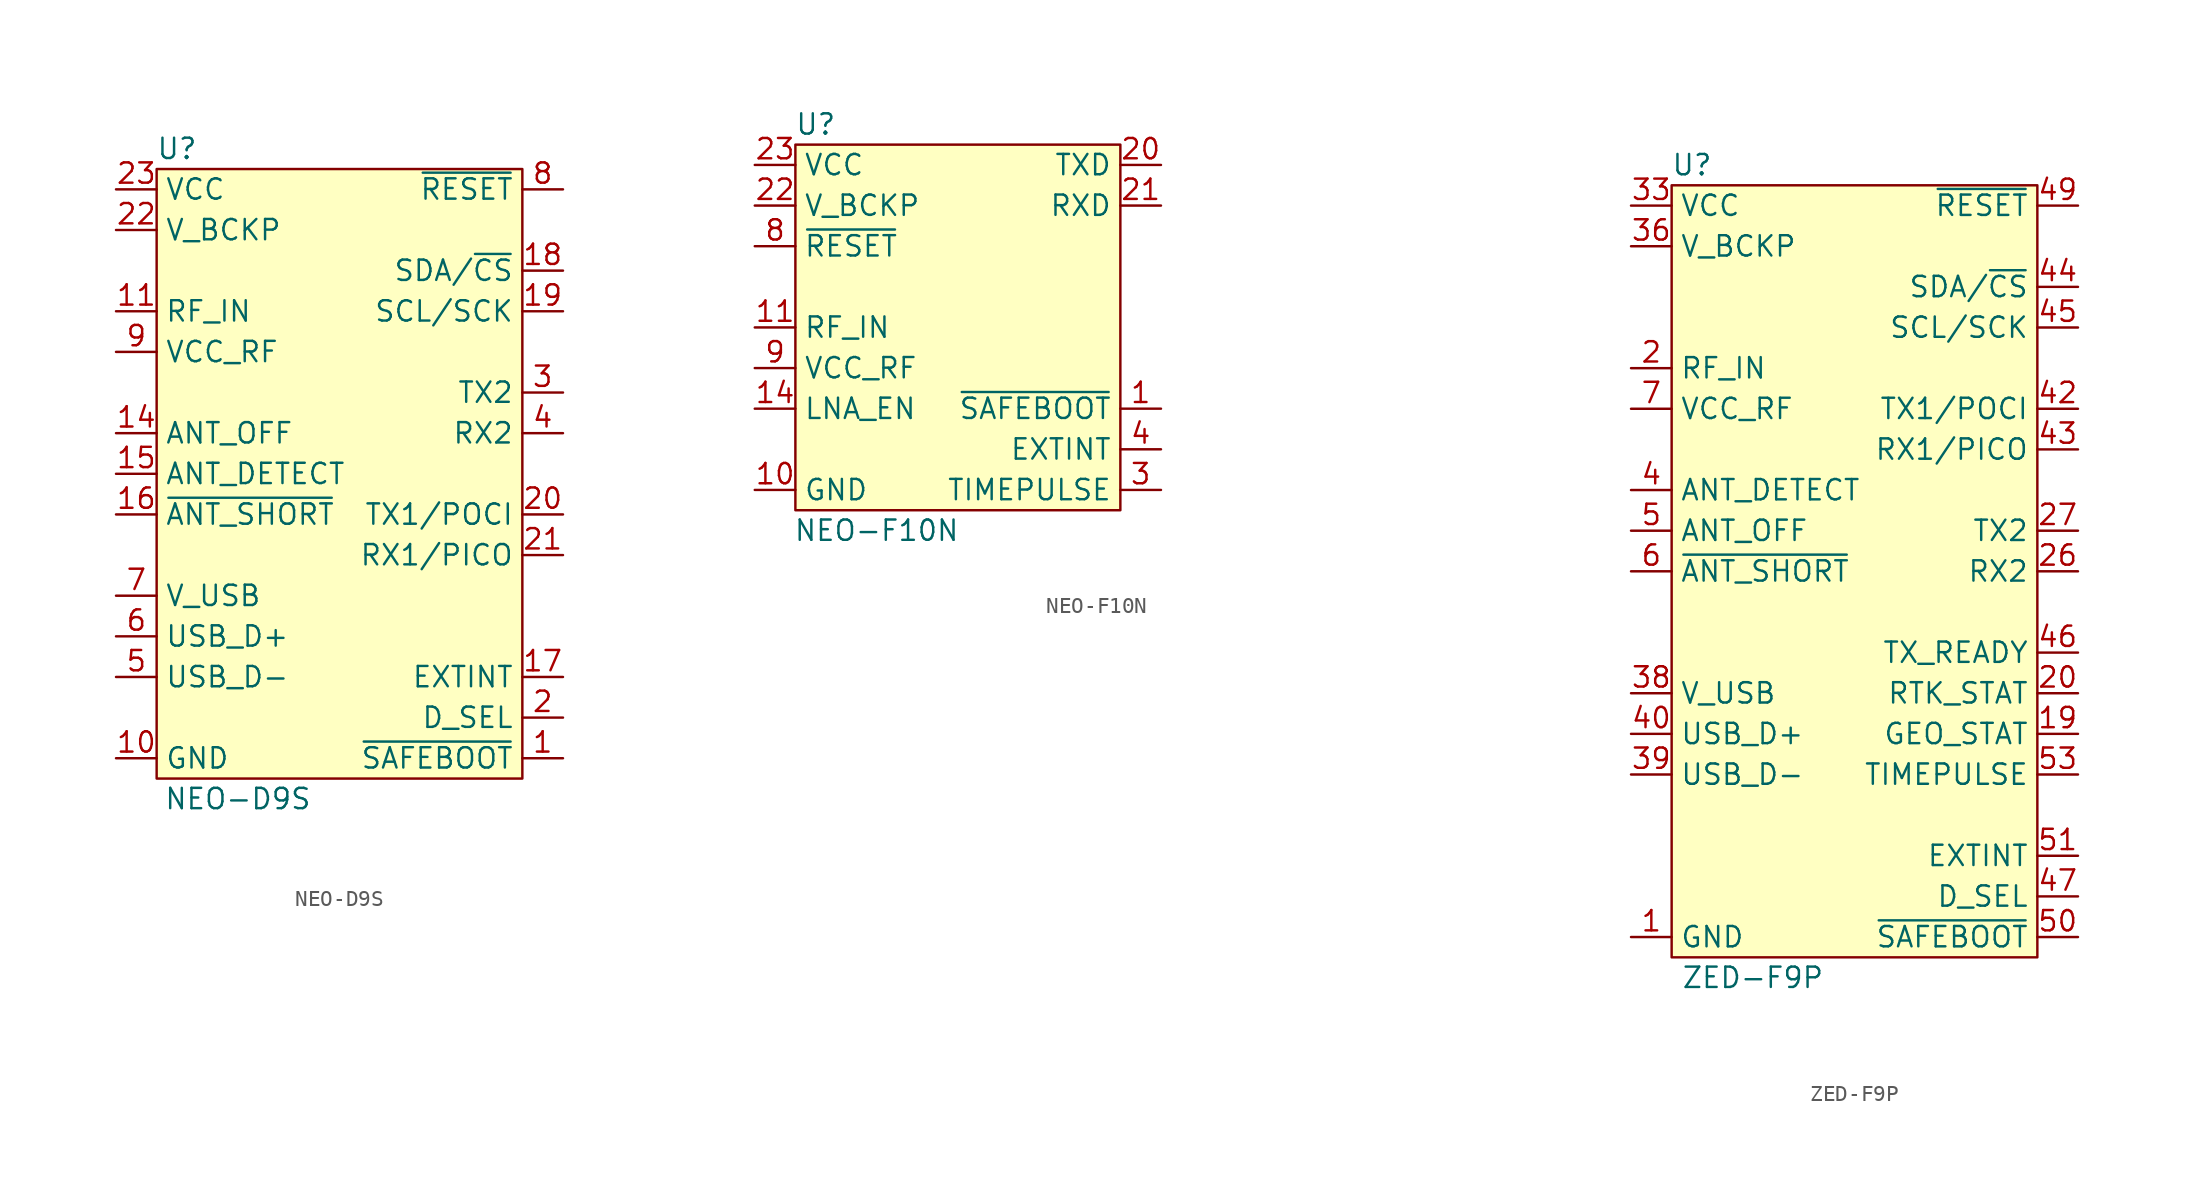
<source format=kicad_sym>
(kicad_symbol_lib
  (version 20231120)
  (generator "kicad_symbol_editor")
  (generator_version "8.0")
  (symbol "NEO-D9S"
    (property "Reference" "U"
      (at -10.16 20.32 0)
      (effects (font (size 1.27 1.27))))
    (property "Value" "NEO-D9S"
      (at -6.35 -20.32 0)
      (effects (font (size 1.27 1.27))))
    (symbol "NEO-D9S_1_0"
      (pin input line (at 13.97 -17.78 180) (length 2.54) (name "~{SAFEBOOT}" (effects (font (size 1.27 1.27)))) (number "1" (effects (font (size 1.27 1.27)))))
      (pin input line (at 13.97 -12.7 180) (length 2.54) (name "EXTINT" (effects (font (size 1.27 1.27)))) (number "17" (effects (font (size 1.27 1.27)))))
      (pin input line (at 13.97 -15.24 180) (length 2.54) (name "D_SEL" (effects (font (size 1.27 1.27)))) (number "2" (effects (font (size 1.27 1.27))))))
    (symbol "NEO-D9S_1_1"
      (rectangle (start -11.43 19.05) (end 11.43 -19.05) (stroke (width 0) (type default)) (fill (type background)))
      (pin power_in line (at -13.97 -17.78 0) (length 2.54) (name "GND" (effects (font (size 1.27 1.27)))) (number "10" (effects (font (size 1.27 1.27)))) (alternate "PowerPins" input line))
      (pin input line (at -13.97 10.16 0) (length 2.54) (name "RF_IN" (effects (font (size 1.27 1.27)))) (number "11" (effects (font (size 1.27 1.27)))))
      (pin power_in line (at -13.97 -17.78 0) (length 2.54) hide (name "GND" (effects (font (size 1.27 1.27)))) (number "12" (effects (font (size 1.27 1.27)))))
      (pin power_in line (at -13.97 -17.78 0) (length 2.54) hide (name "GND" (effects (font (size 1.27 1.27)))) (number "13" (effects (font (size 1.27 1.27)))))
      (pin output line (at -13.97 2.54 0) (length 2.54) (name "ANT_OFF" (effects (font (size 1.27 1.27)))) (number "14" (effects (font (size 1.27 1.27)))))
      (pin input line (at -13.97 0 0) (length 2.54) (name "ANT_DETECT" (effects (font (size 1.27 1.27)))) (number "15" (effects (font (size 1.27 1.27)))))
      (pin output line (at -13.97 -2.54 0) (length 2.54) (name "~{ANT_SHORT}" (effects (font (size 1.27 1.27)))) (number "16" (effects (font (size 1.27 1.27)))))
      (pin bidirectional line (at 13.97 12.7 180) (length 2.54) (name "SDA/~{CS}" (effects (font (size 1.27 1.27)))) (number "18" (effects (font (size 1.27 1.27)))))
      (pin bidirectional line (at 13.97 10.16 180) (length 2.54) (name "SCL/SCK" (effects (font (size 1.27 1.27)))) (number "19" (effects (font (size 1.27 1.27)))))
      (pin output line (at 13.97 -2.54 180) (length 2.54) (name "TX1/POCI" (effects (font (size 1.27 1.27)))) (number "20" (effects (font (size 1.27 1.27)))))
      (pin input line (at 13.97 -5.08 180) (length 2.54) (name "RX1/PICO" (effects (font (size 1.27 1.27)))) (number "21" (effects (font (size 1.27 1.27)))))
      (pin power_in line (at -13.97 15.24 0) (length 2.54) (name "V_BCKP" (effects (font (size 1.27 1.27)))) (number "22" (effects (font (size 1.27 1.27)))))
      (pin power_in line (at -13.97 17.78 0) (length 2.54) (name "VCC" (effects (font (size 1.27 1.27)))) (number "23" (effects (font (size 1.27 1.27)))))
      (pin power_in line (at -13.97 -17.78 0) (length 2.54) hide (name "GND" (effects (font (size 1.27 1.27)))) (number "24" (effects (font (size 1.27 1.27)))))
      (pin output line (at 13.97 5.08 180) (length 2.54) (name "TX2" (effects (font (size 1.27 1.27)))) (number "3" (effects (font (size 1.27 1.27)))))
      (pin input line (at 13.97 2.54 180) (length 2.54) (name "RX2" (effects (font (size 1.27 1.27)))) (number "4" (effects (font (size 1.27 1.27)))))
      (pin bidirectional line (at -13.97 -12.7 0) (length 2.54) (name "USB_D-" (effects (font (size 1.27 1.27)))) (number "5" (effects (font (size 1.27 1.27)))))
      (pin bidirectional line (at -13.97 -10.16 0) (length 2.54) (name "USB_D+" (effects (font (size 1.27 1.27)))) (number "6" (effects (font (size 1.27 1.27)))))
      (pin power_in line (at -13.97 -7.62 0) (length 2.54) (name "V_USB" (effects (font (size 1.27 1.27)))) (number "7" (effects (font (size 1.27 1.27)))))
      (pin input line (at 13.97 17.78 180) (length 2.54) (name "~{RESET}" (effects (font (size 1.27 1.27)))) (number "8" (effects (font (size 1.27 1.27)))))
      (pin power_out line (at -13.97 7.62 0) (length 2.54) (name "VCC_RF" (effects (font (size 1.27 1.27)))) (number "9" (effects (font (size 1.27 1.27)))))))
  (symbol "NEO-F10N"
    (property "Reference" "U"
      (at -8.89 12.7 0)
      (effects (font (size 1.27 1.27))))
    (property "Value" "NEO-F10N"
      (at -5.08 -12.7 0)
      (effects (font (size 1.27 1.27))))
    (symbol "NEO-F10N_1_0"
      (pin input line (at 12.7 -5.08 180) (length 2.54) (name "~{SAFEBOOT}" (effects (font (size 1.27 1.27)))) (number "1" (effects (font (size 1.27 1.27)))))
      (pin no_connect line (at 30.48 0 180) (length 2.54) hide (name "RESERVED" (effects (font (size 1.27 1.27)))) (number "15" (effects (font (size 1.27 1.27)))))
      (pin no_connect line (at 30.48 -2.54 180) (length 2.54) hide (name "RESERVED" (effects (font (size 1.27 1.27)))) (number "16" (effects (font (size 1.27 1.27)))))
      (pin no_connect line (at 30.48 -5.08 180) (length 2.54) hide (name "RESERVED" (effects (font (size 1.27 1.27)))) (number "17" (effects (font (size 1.27 1.27)))))
      (pin no_connect line (at 30.48 -7.62 180) (length 2.54) hide (name "RESERVED" (effects (font (size 1.27 1.27)))) (number "18" (effects (font (size 1.27 1.27)))))
      (pin no_connect line (at 30.48 -10.16 180) (length 2.54) hide (name "RESERVED" (effects (font (size 1.27 1.27)))) (number "19" (effects (font (size 1.27 1.27)))))
      (pin input line (at 12.7 -7.62 180) (length 2.54) (name "EXTINT" (effects (font (size 1.27 1.27)))) (number "4" (effects (font (size 1.27 1.27)))))
      (pin no_connect line (at 30.48 7.62 180) (length 2.54) hide (name "RESERVED" (effects (font (size 1.27 1.27)))) (number "5" (effects (font (size 1.27 1.27)))))
      (pin no_connect line (at 30.48 5.08 180) (length 2.54) hide (name "RESERVED" (effects (font (size 1.27 1.27)))) (number "6" (effects (font (size 1.27 1.27)))))
      (pin no_connect line (at 30.48 2.54 180) (length 2.54) hide (name "RESERVED" (effects (font (size 1.27 1.27)))) (number "7" (effects (font (size 1.27 1.27))))))
    (symbol "NEO-F10N_1_1"
      (rectangle (start -10.16 11.43) (end 10.16 -11.43) (stroke (width 0) (type default)) (fill (type background)))
      (pin power_in line (at -12.7 -10.16 0) (length 2.54) (name "GND" (effects (font (size 1.27 1.27)))) (number "10" (effects (font (size 1.27 1.27)))) (alternate "PowerPins" input line))
      (pin input line (at -12.7 0 0) (length 2.54) (name "RF_IN" (effects (font (size 1.27 1.27)))) (number "11" (effects (font (size 1.27 1.27)))))
      (pin power_in line (at -12.7 -10.16 0) (length 2.54) hide (name "GND" (effects (font (size 1.27 1.27)))) (number "12" (effects (font (size 1.27 1.27)))))
      (pin power_in line (at -12.7 -10.16 0) (length 2.54) hide (name "GND" (effects (font (size 1.27 1.27)))) (number "13" (effects (font (size 1.27 1.27)))))
      (pin output line (at -12.7 -5.08 0) (length 2.54) (name "LNA_EN" (effects (font (size 1.27 1.27)))) (number "14" (effects (font (size 1.27 1.27)))))
      (pin no_connect line (at 30.48 10.16 180) (length 2.54) hide (name "RESERVED" (effects (font (size 1.27 1.27)))) (number "2" (effects (font (size 1.27 1.27)))))
      (pin output line (at 12.7 10.16 180) (length 2.54) (name "TXD" (effects (font (size 1.27 1.27)))) (number "20" (effects (font (size 1.27 1.27)))))
      (pin input line (at 12.7 7.62 180) (length 2.54) (name "RXD" (effects (font (size 1.27 1.27)))) (number "21" (effects (font (size 1.27 1.27)))))
      (pin power_in line (at -12.7 7.62 0) (length 2.54) (name "V_BCKP" (effects (font (size 1.27 1.27)))) (number "22" (effects (font (size 1.27 1.27)))))
      (pin power_in line (at -12.7 10.16 0) (length 2.54) (name "VCC" (effects (font (size 1.27 1.27)))) (number "23" (effects (font (size 1.27 1.27)))))
      (pin power_in line (at -12.7 -10.16 0) (length 2.54) hide (name "GND" (effects (font (size 1.27 1.27)))) (number "24" (effects (font (size 1.27 1.27)))))
      (pin output line (at 12.7 -10.16 180) (length 2.54) (name "TIMEPULSE" (effects (font (size 1.27 1.27)))) (number "3" (effects (font (size 1.27 1.27)))))
      (pin input line (at -12.7 5.08 0) (length 2.54) (name "~{RESET}" (effects (font (size 1.27 1.27)))) (number "8" (effects (font (size 1.27 1.27)))))
      (pin power_out line (at -12.7 -2.54 0) (length 2.54) (name "VCC_RF" (effects (font (size 1.27 1.27)))) (number "9" (effects (font (size 1.27 1.27)))))))
  (symbol "ZED-F9P"
    (property "Reference" "U"
      (at -10.16 25.4 0)
      (effects (font (size 1.27 1.27))))
    (property "Value" "ZED-F9P"
      (at -6.35 -25.4 0)
      (effects (font (size 1.27 1.27))))
    (symbol "ZED-F9P_1_0"
      (pin power_in line (at -13.97 -22.86 0) (length 2.54) (name "GND" (effects (font (size 1.27 1.27)))) (number "1" (effects (font (size 1.27 1.27)))))
      (pin power_in line (at -13.97 -22.86 0) (length 2.54) hide (name "GND" (effects (font (size 1.27 1.27)))) (number "100" (effects (font (size 1.27 1.27)))))
      (pin power_in line (at -13.97 -22.86 0) (length 2.54) hide (name "GND" (effects (font (size 1.27 1.27)))) (number "101" (effects (font (size 1.27 1.27)))))
      (pin power_in line (at -13.97 -22.86 0) (length 2.54) hide (name "GND" (effects (font (size 1.27 1.27)))) (number "102" (effects (font (size 1.27 1.27)))))
      (pin power_in line (at -13.97 -22.86 0) (length 2.54) hide (name "GND" (effects (font (size 1.27 1.27)))) (number "12" (effects (font (size 1.27 1.27)))))
      (pin power_in line (at -13.97 -22.86 0) (length 2.54) hide (name "GND" (effects (font (size 1.27 1.27)))) (number "14" (effects (font (size 1.27 1.27)))))
      (pin power_in line (at -13.97 -22.86 0) (length 2.54) hide (name "GND" (effects (font (size 1.27 1.27)))) (number "3" (effects (font (size 1.27 1.27)))))
      (pin power_in line (at -13.97 -22.86 0) (length 2.54) hide (name "GND" (effects (font (size 1.27 1.27)))) (number "32" (effects (font (size 1.27 1.27)))))
      (pin power_in line (at -13.97 -22.86 0) (length 2.54) hide (name "GND" (effects (font (size 1.27 1.27)))) (number "37" (effects (font (size 1.27 1.27)))))
      (pin power_in line (at -13.97 -22.86 0) (length 2.54) hide (name "GND" (effects (font (size 1.27 1.27)))) (number "41" (effects (font (size 1.27 1.27)))))
      (pin input line (at 13.97 -20.32 180) (length 2.54) (name "D_SEL" (effects (font (size 1.27 1.27)))) (number "47" (effects (font (size 1.27 1.27)))))
      (pin power_in line (at -13.97 -22.86 0) (length 2.54) hide (name "GND" (effects (font (size 1.27 1.27)))) (number "48" (effects (font (size 1.27 1.27)))))
      (pin input line (at 13.97 -22.86 180) (length 2.54) (name "~{SAFEBOOT}" (effects (font (size 1.27 1.27)))) (number "50" (effects (font (size 1.27 1.27)))))
      (pin input line (at 13.97 -17.78 180) (length 2.54) (name "EXTINT" (effects (font (size 1.27 1.27)))) (number "51" (effects (font (size 1.27 1.27)))))
      (pin power_in line (at -13.97 -22.86 0) (length 2.54) hide (name "GND" (effects (font (size 1.27 1.27)))) (number "55" (effects (font (size 1.27 1.27)))))
      (pin power_in line (at -13.97 -22.86 0) (length 2.54) hide (name "GND" (effects (font (size 1.27 1.27)))) (number "56" (effects (font (size 1.27 1.27)))))
      (pin power_in line (at -13.97 -22.86 0) (length 2.54) hide (name "GND" (effects (font (size 1.27 1.27)))) (number "57" (effects (font (size 1.27 1.27)))))
      (pin power_in line (at -13.97 -22.86 0) (length 2.54) hide (name "GND" (effects (font (size 1.27 1.27)))) (number "58" (effects (font (size 1.27 1.27)))))
      (pin power_in line (at -13.97 -22.86 0) (length 2.54) hide (name "GND" (effects (font (size 1.27 1.27)))) (number "59" (effects (font (size 1.27 1.27)))))
      (pin power_in line (at -13.97 -22.86 0) (length 2.54) hide (name "GND" (effects (font (size 1.27 1.27)))) (number "60" (effects (font (size 1.27 1.27)))))
      (pin power_in line (at -13.97 -22.86 0) (length 2.54) hide (name "GND" (effects (font (size 1.27 1.27)))) (number "61" (effects (font (size 1.27 1.27)))))
      (pin power_in line (at -13.97 -22.86 0) (length 2.54) hide (name "GND" (effects (font (size 1.27 1.27)))) (number "62" (effects (font (size 1.27 1.27)))))
      (pin power_in line (at -13.97 -22.86 0) (length 2.54) hide (name "GND" (effects (font (size 1.27 1.27)))) (number "63" (effects (font (size 1.27 1.27)))))
      (pin power_in line (at -13.97 -22.86 0) (length 2.54) hide (name "GND" (effects (font (size 1.27 1.27)))) (number "64" (effects (font (size 1.27 1.27)))))
      (pin power_in line (at -13.97 -22.86 0) (length 2.54) hide (name "GND" (effects (font (size 1.27 1.27)))) (number "65" (effects (font (size 1.27 1.27)))))
      (pin power_in line (at -13.97 -22.86 0) (length 2.54) hide (name "GND" (effects (font (size 1.27 1.27)))) (number "66" (effects (font (size 1.27 1.27)))))
      (pin power_in line (at -13.97 -22.86 0) (length 2.54) hide (name "GND" (effects (font (size 1.27 1.27)))) (number "67" (effects (font (size 1.27 1.27)))))
      (pin power_in line (at -13.97 -22.86 0) (length 2.54) hide (name "GND" (effects (font (size 1.27 1.27)))) (number "68" (effects (font (size 1.27 1.27)))))
      (pin power_in line (at -13.97 -22.86 0) (length 2.54) hide (name "GND" (effects (font (size 1.27 1.27)))) (number "69" (effects (font (size 1.27 1.27)))))
      (pin power_in line (at -13.97 -22.86 0) (length 2.54) hide (name "GND" (effects (font (size 1.27 1.27)))) (number "70" (effects (font (size 1.27 1.27)))))
      (pin power_in line (at -13.97 -22.86 0) (length 2.54) hide (name "GND" (effects (font (size 1.27 1.27)))) (number "71" (effects (font (size 1.27 1.27)))))
      (pin power_in line (at -13.97 -22.86 0) (length 2.54) hide (name "GND" (effects (font (size 1.27 1.27)))) (number "72" (effects (font (size 1.27 1.27)))))
      (pin power_in line (at -13.97 -22.86 0) (length 2.54) hide (name "GND" (effects (font (size 1.27 1.27)))) (number "73" (effects (font (size 1.27 1.27)))))
      (pin power_in line (at -13.97 -22.86 0) (length 2.54) hide (name "GND" (effects (font (size 1.27 1.27)))) (number "74" (effects (font (size 1.27 1.27)))))
      (pin power_in line (at -13.97 -22.86 0) (length 2.54) hide (name "GND" (effects (font (size 1.27 1.27)))) (number "75" (effects (font (size 1.27 1.27)))))
      (pin power_in line (at -13.97 -22.86 0) (length 2.54) hide (name "GND" (effects (font (size 1.27 1.27)))) (number "76" (effects (font (size 1.27 1.27)))))
      (pin power_in line (at -13.97 -22.86 0) (length 2.54) hide (name "GND" (effects (font (size 1.27 1.27)))) (number "77" (effects (font (size 1.27 1.27)))))
      (pin power_in line (at -13.97 -22.86 0) (length 2.54) hide (name "GND" (effects (font (size 1.27 1.27)))) (number "78" (effects (font (size 1.27 1.27)))))
      (pin power_in line (at -13.97 -22.86 0) (length 2.54) hide (name "GND" (effects (font (size 1.27 1.27)))) (number "79" (effects (font (size 1.27 1.27)))))
      (pin power_in line (at -13.97 -22.86 0) (length 2.54) hide (name "GND" (effects (font (size 1.27 1.27)))) (number "80" (effects (font (size 1.27 1.27)))))
      (pin power_in line (at -13.97 -22.86 0) (length 2.54) hide (name "GND" (effects (font (size 1.27 1.27)))) (number "81" (effects (font (size 1.27 1.27)))))
      (pin power_in line (at -13.97 -22.86 0) (length 2.54) hide (name "GND" (effects (font (size 1.27 1.27)))) (number "82" (effects (font (size 1.27 1.27)))))
      (pin power_in line (at -13.97 -22.86 0) (length 2.54) hide (name "GND" (effects (font (size 1.27 1.27)))) (number "83" (effects (font (size 1.27 1.27)))))
      (pin power_in line (at -13.97 -22.86 0) (length 2.54) hide (name "GND" (effects (font (size 1.27 1.27)))) (number "84" (effects (font (size 1.27 1.27)))))
      (pin power_in line (at -13.97 -22.86 0) (length 2.54) hide (name "GND" (effects (font (size 1.27 1.27)))) (number "85" (effects (font (size 1.27 1.27)))))
      (pin power_in line (at -13.97 -22.86 0) (length 2.54) hide (name "GND" (effects (font (size 1.27 1.27)))) (number "86" (effects (font (size 1.27 1.27)))))
      (pin power_in line (at -13.97 -22.86 0) (length 2.54) hide (name "GND" (effects (font (size 1.27 1.27)))) (number "87" (effects (font (size 1.27 1.27)))))
      (pin power_in line (at -13.97 -22.86 0) (length 2.54) hide (name "GND" (effects (font (size 1.27 1.27)))) (number "88" (effects (font (size 1.27 1.27)))))
      (pin power_in line (at -13.97 -22.86 0) (length 2.54) hide (name "GND" (effects (font (size 1.27 1.27)))) (number "89" (effects (font (size 1.27 1.27)))))
      (pin power_in line (at -13.97 -22.86 0) (length 2.54) hide (name "GND" (effects (font (size 1.27 1.27)))) (number "90" (effects (font (size 1.27 1.27)))))
      (pin power_in line (at -13.97 -22.86 0) (length 2.54) hide (name "GND" (effects (font (size 1.27 1.27)))) (number "91" (effects (font (size 1.27 1.27)))))
      (pin power_in line (at -13.97 -22.86 0) (length 2.54) hide (name "GND" (effects (font (size 1.27 1.27)))) (number "92" (effects (font (size 1.27 1.27)))))
      (pin power_in line (at -13.97 -22.86 0) (length 2.54) hide (name "GND" (effects (font (size 1.27 1.27)))) (number "93" (effects (font (size 1.27 1.27)))))
      (pin power_in line (at -13.97 -22.86 0) (length 2.54) hide (name "GND" (effects (font (size 1.27 1.27)))) (number "94" (effects (font (size 1.27 1.27)))))
      (pin power_in line (at -13.97 -22.86 0) (length 2.54) hide (name "GND" (effects (font (size 1.27 1.27)))) (number "95" (effects (font (size 1.27 1.27)))))
      (pin power_in line (at -13.97 -22.86 0) (length 2.54) hide (name "GND" (effects (font (size 1.27 1.27)))) (number "96" (effects (font (size 1.27 1.27)))))
      (pin power_in line (at -13.97 -22.86 0) (length 2.54) hide (name "GND" (effects (font (size 1.27 1.27)))) (number "97" (effects (font (size 1.27 1.27)))))
      (pin power_in line (at -13.97 -22.86 0) (length 2.54) hide (name "GND" (effects (font (size 1.27 1.27)))) (number "98" (effects (font (size 1.27 1.27)))))
      (pin power_in line (at -13.97 -22.86 0) (length 2.54) hide (name "GND" (effects (font (size 1.27 1.27)))) (number "99" (effects (font (size 1.27 1.27))))))
    (symbol "ZED-F9P_1_1"
      (rectangle (start -11.43 24.13) (end 11.43 -24.13) (stroke (width 0) (type default)) (fill (type background)))
      (pin output line (at 13.97 -10.16 180) (length 2.54) (name "GEO_STAT" (effects (font (size 1.27 1.27)))) (number "19" (effects (font (size 1.27 1.27)))))
      (pin input line (at -13.97 12.7 0) (length 2.54) (name "RF_IN" (effects (font (size 1.27 1.27)))) (number "2" (effects (font (size 1.27 1.27)))))
      (pin output line (at 13.97 -7.62 180) (length 2.54) (name "RTK_STAT" (effects (font (size 1.27 1.27)))) (number "20" (effects (font (size 1.27 1.27)))))
      (pin input line (at 13.97 0 180) (length 2.54) (name "RX2" (effects (font (size 1.27 1.27)))) (number "26" (effects (font (size 1.27 1.27)))))
      (pin output line (at 13.97 2.54 180) (length 2.54) (name "TX2" (effects (font (size 1.27 1.27)))) (number "27" (effects (font (size 1.27 1.27)))))
      (pin power_in line (at -13.97 22.86 0) (length 2.54) (name "VCC" (effects (font (size 1.27 1.27)))) (number "33" (effects (font (size 1.27 1.27)))))
      (pin power_in line (at -13.97 22.86 0) (length 2.54) hide (name "VCC" (effects (font (size 1.27 1.27)))) (number "34" (effects (font (size 1.27 1.27)))))
      (pin power_in line (at -13.97 20.32 0) (length 2.54) (name "V_BCKP" (effects (font (size 1.27 1.27)))) (number "36" (effects (font (size 1.27 1.27)))))
      (pin power_in line (at -13.97 -7.62 0) (length 2.54) (name "V_USB" (effects (font (size 1.27 1.27)))) (number "38" (effects (font (size 1.27 1.27)))))
      (pin bidirectional line (at -13.97 -12.7 0) (length 2.54) (name "USB_D-" (effects (font (size 1.27 1.27)))) (number "39" (effects (font (size 1.27 1.27)))))
      (pin input line (at -13.97 5.08 0) (length 2.54) (name "ANT_DETECT" (effects (font (size 1.27 1.27)))) (number "4" (effects (font (size 1.27 1.27)))))
      (pin bidirectional line (at -13.97 -10.16 0) (length 2.54) (name "USB_D+" (effects (font (size 1.27 1.27)))) (number "40" (effects (font (size 1.27 1.27)))))
      (pin output line (at 13.97 10.16 180) (length 2.54) (name "TX1/POCI" (effects (font (size 1.27 1.27)))) (number "42" (effects (font (size 1.27 1.27)))))
      (pin input line (at 13.97 7.62 180) (length 2.54) (name "RX1/PICO" (effects (font (size 1.27 1.27)))) (number "43" (effects (font (size 1.27 1.27)))))
      (pin bidirectional line (at 13.97 17.78 180) (length 2.54) (name "SDA/~{CS}" (effects (font (size 1.27 1.27)))) (number "44" (effects (font (size 1.27 1.27)))))
      (pin bidirectional line (at 13.97 15.24 180) (length 2.54) (name "SCL/SCK" (effects (font (size 1.27 1.27)))) (number "45" (effects (font (size 1.27 1.27)))))
      (pin output line (at 13.97 -5.08 180) (length 2.54) (name "TX_READY" (effects (font (size 1.27 1.27)))) (number "46" (effects (font (size 1.27 1.27)))))
      (pin input line (at 13.97 22.86 180) (length 2.54) (name "~{RESET}" (effects (font (size 1.27 1.27)))) (number "49" (effects (font (size 1.27 1.27)))))
      (pin output line (at -13.97 2.54 0) (length 2.54) (name "ANT_OFF" (effects (font (size 1.27 1.27)))) (number "5" (effects (font (size 1.27 1.27)))))
      (pin output line (at 13.97 -12.7 180) (length 2.54) (name "TIMEPULSE" (effects (font (size 1.27 1.27)))) (number "53" (effects (font (size 1.27 1.27)))))
      (pin output line (at -13.97 0 0) (length 2.54) (name "~{ANT_SHORT}" (effects (font (size 1.27 1.27)))) (number "6" (effects (font (size 1.27 1.27)))))
      (pin power_out line (at -13.97 10.16 0) (length 2.54) (name "VCC_RF" (effects (font (size 1.27 1.27)))) (number "7" (effects (font (size 1.27 1.27))))))))
</source>
